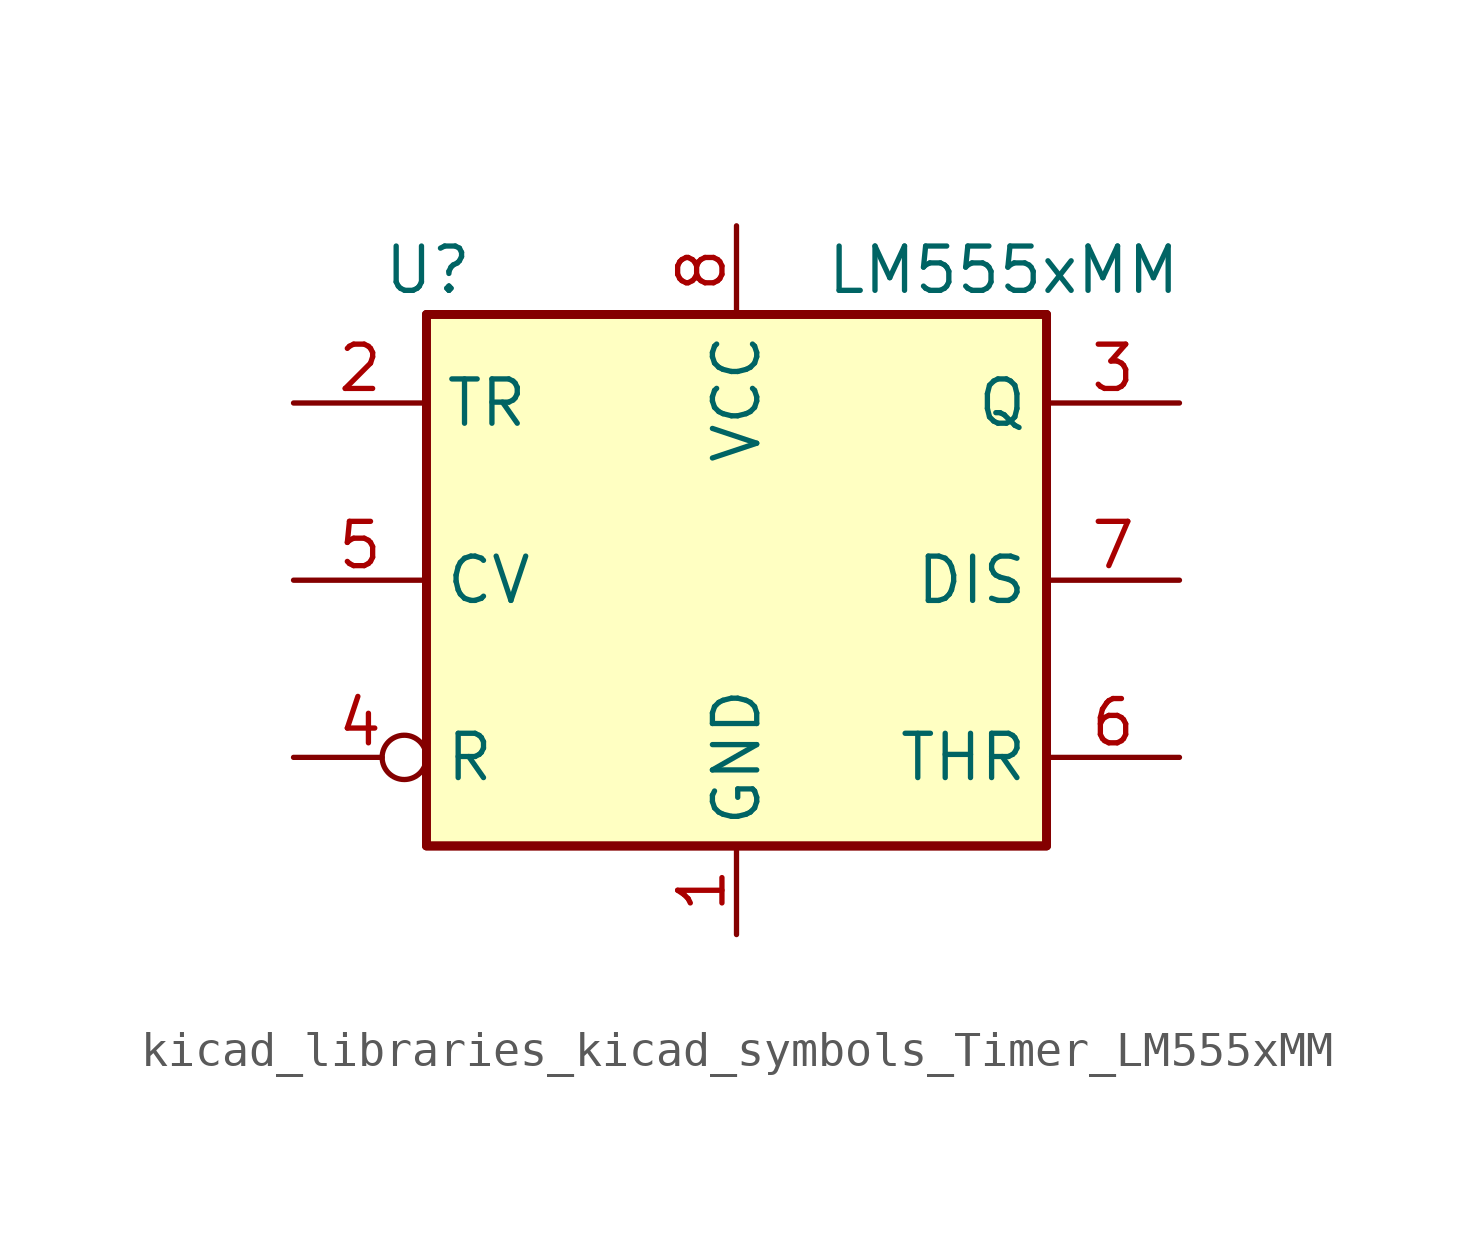
<source format=kicad_sym>
(kicad_symbol_lib
  (version 20220914)
  (generator kicad_symbol_editor)
  (symbol "kicad_libraries_kicad_symbols_Timer_LM555xMM"
    (property "Reference" "U"
      (at -10.16 8.89 0)
      (effects (font (size 1.27 1.27)) (justify left)))
    (property "Value" "LM555xMM"
      (at 2.54 8.89 0)
      (effects (font (size 1.27 1.27)) (justify left)))
    (symbol "kicad_libraries_kicad_symbols_Timer_LM555xMM_0_0"
      (pin power_in line (at 0 -10.16 90) (length 2.54) (name "GND" (effects (font (size 1.27 1.27)))) (number "1" (effects (font (size 1.27 1.27)))))
      (pin power_in line (at 0 10.16 270) (length 2.54) (name "VCC" (effects (font (size 1.27 1.27)))) (number "8" (effects (font (size 1.27 1.27))))))
    (symbol "kicad_libraries_kicad_symbols_Timer_LM555xMM_0_1"
      (rectangle (start -8.89 -7.62) (end 8.89 7.62) (stroke (width 0.254) (type default)) (fill (type background)))
      (rectangle (start -8.89 -7.62) (end 8.89 7.62) (stroke (width 0.254) (type default)) (fill (type background))))
    (symbol "kicad_libraries_kicad_symbols_Timer_LM555xMM_1_1"
      (pin input line (at -12.7 5.08 0) (length 3.81) (name "TR" (effects (font (size 1.27 1.27)))) (number "2" (effects (font (size 1.27 1.27)))))
      (pin output line (at 12.7 5.08 180) (length 3.81) (name "Q" (effects (font (size 1.27 1.27)))) (number "3" (effects (font (size 1.27 1.27)))))
      (pin input inverted (at -12.7 -5.08 0) (length 3.81) (name "R" (effects (font (size 1.27 1.27)))) (number "4" (effects (font (size 1.27 1.27)))))
      (pin input line (at -12.7 0 0) (length 3.81) (name "CV" (effects (font (size 1.27 1.27)))) (number "5" (effects (font (size 1.27 1.27)))))
      (pin input line (at 12.7 -5.08 180) (length 3.81) (name "THR" (effects (font (size 1.27 1.27)))) (number "6" (effects (font (size 1.27 1.27)))))
      (pin input line (at 12.7 0 180) (length 3.81) (name "DIS" (effects (font (size 1.27 1.27)))) (number "7" (effects (font (size 1.27 1.27))))))))
</source>
